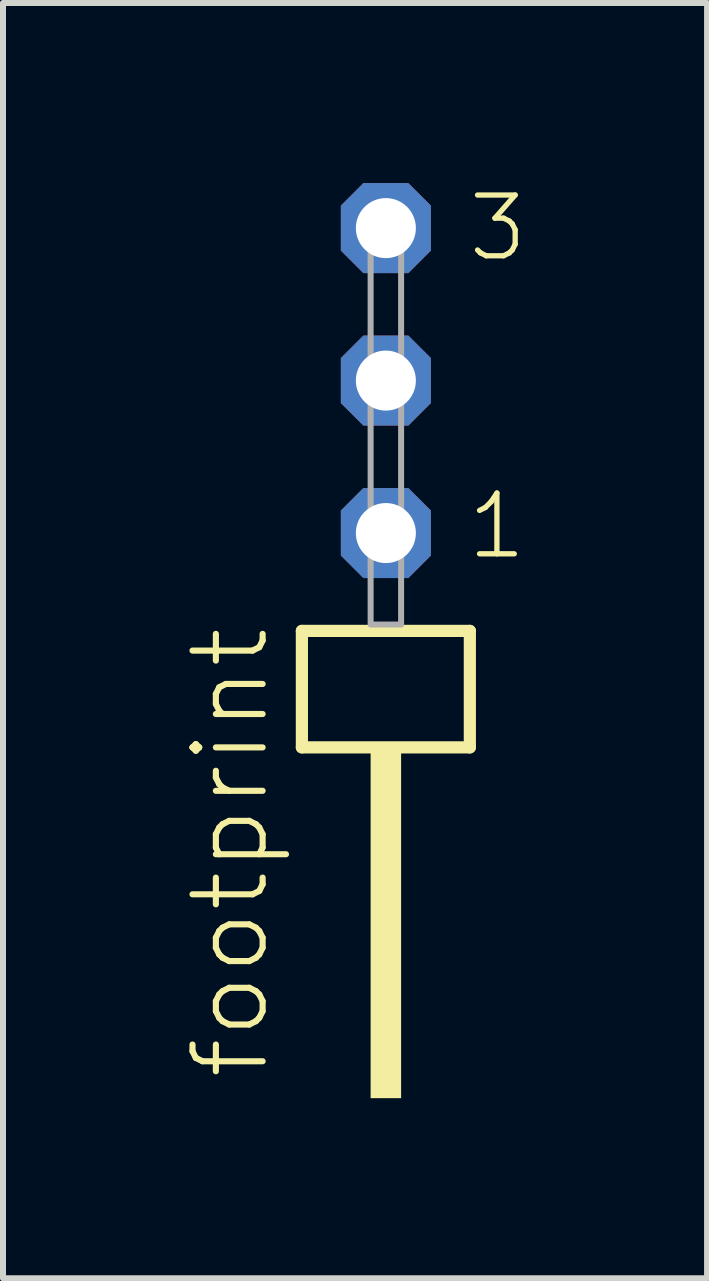
<source format=kicad_pcb>
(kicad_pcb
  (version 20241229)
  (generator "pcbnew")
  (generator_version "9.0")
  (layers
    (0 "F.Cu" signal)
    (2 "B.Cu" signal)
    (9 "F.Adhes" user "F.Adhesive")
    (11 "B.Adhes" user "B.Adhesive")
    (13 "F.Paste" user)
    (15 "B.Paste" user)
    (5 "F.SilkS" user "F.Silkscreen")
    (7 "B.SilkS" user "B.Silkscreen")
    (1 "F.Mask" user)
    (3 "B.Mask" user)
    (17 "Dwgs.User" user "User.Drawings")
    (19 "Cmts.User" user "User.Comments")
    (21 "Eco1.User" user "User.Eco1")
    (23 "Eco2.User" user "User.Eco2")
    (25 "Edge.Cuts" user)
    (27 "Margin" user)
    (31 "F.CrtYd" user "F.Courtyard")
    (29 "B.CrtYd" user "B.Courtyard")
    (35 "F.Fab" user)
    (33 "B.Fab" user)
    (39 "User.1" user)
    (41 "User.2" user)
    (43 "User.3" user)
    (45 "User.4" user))
  (footprint "footprint"
    (layer "F.Cu")
    (at 3.378 7.354)
    (property "Reference" "footprint" (at -1.905 7.62 90) (layer "F.SilkS") (effects (font (size 1.168 1.168) (thickness 0.102)) (justify left bottom)))
    (fp_line (start -1.399 0.106) (end -1.399 2.046) (stroke (width 0.203) (type solid)) (layer "F.SilkS"))
    (fp_line (start -1.399 2.046) (end 1.399 2.046) (stroke (width 0.203) (type solid)) (layer "F.SilkS"))
    (fp_line (start 1.399 0.106) (end -1.399 0.106) (stroke (width 0.203) (type solid)) (layer "F.SilkS"))
    (fp_line (start 1.399 2.046) (end 1.399 0.106) (stroke (width 0.203) (type solid)) (layer "F.SilkS"))
    (fp_poly (pts (xy -0.254 7.89) (xy 0.254 7.89) (xy 0.254 2.04) (xy -0.254 2.04)) (stroke (width 0) (type solid)) (fill yes) (layer "F.SilkS"))
    (fp_poly (pts (xy -0.254 0) (xy 0.254 0) (xy 0.254 -6.858) (xy -0.254 -6.858)) (stroke (width 0.1) (type solid)) (fill no) (layer "F.Fab"))
    (fp_text user "1" (at 1.31 -1.05 0) (layer "F.SilkS") (effects (font (size 1.012 1.012) (thickness 0.088)) (justify left bottom)))
    (fp_text user "3" (at 1.325 -6.015 0) (layer "F.SilkS") (effects (font (size 1.012 1.012) (thickness 0.088)) (justify left bottom)))
    (pad "1" thru_hole roundrect (at 0 -1.524 180) (size 1.5 1.5) (drill 1) (layers "*.Cu" "*.Mask") (roundrect_rratio 0.25) (chamfer_ratio 0.25) (chamfer top_left top_right bottom_left bottom_right))
    (pad "2" thru_hole roundrect (at 0 -4.064 180) (size 1.5 1.5) (drill 1) (layers "*.Cu" "*.Mask") (roundrect_rratio 0.25) (chamfer_ratio 0.25) (chamfer top_left top_right bottom_left bottom_right))
    (pad "3" thru_hole roundrect (at 0 -6.604 180) (size 1.5 1.5) (drill 1) (layers "*.Cu" "*.Mask") (roundrect_rratio 0.25) (chamfer_ratio 0.25) (chamfer top_left top_right bottom_left bottom_right)))
  (gr_rect
    (start -3 -3)
    (end 8.729 18.244)
    (stroke (width 0.1) (type default))
    (fill no)
    (layer "Edge.Cuts")))
</source>
